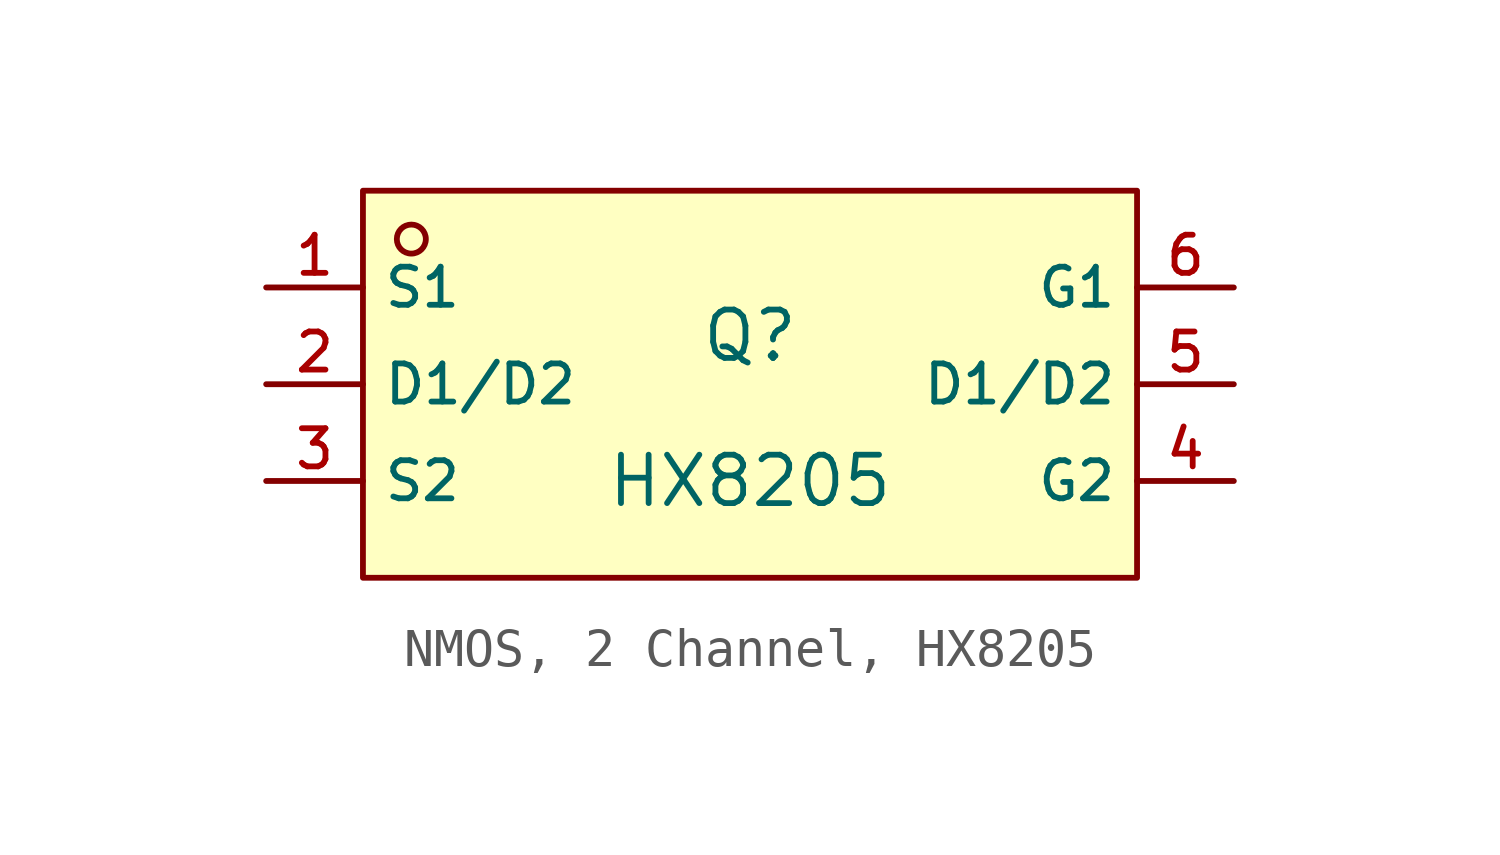
<source format=kicad_sym>
(kicad_symbol_lib
  (version 20231120)
  (generator "CDFER_Archive_Tool")
  (generator_version "0.0")
  (symbol "NMOS, 2 Channel, HX8205"
    (property "Reference" "Q"
      (at 0 1.27 0)
      (effects (font (size 1.27 1.27))))
    (property "Value" "HX8205"
      (at 0 -2.54 0)
      (effects (font (size 1.27 1.27))))
    (symbol "NMOS, 2 Channel, HX8205_0_1"
      (rectangle (start -10.16 5.08) (end 10.16 -5.08) (stroke (width 0) (type default)) (fill (type background)))
      (circle (center -8.89 3.81) (radius 0.381) (stroke (width 0) (type default)) (fill (type background)))
      (pin unspecified line (at -12.7 2.54 0) (length 2.54) (name "S1" (effects (font (size 1 1)))) (number "1" (effects (font (size 1 1)))))
      (pin unspecified line (at -12.7 0 0) (length 2.54) (name "D1/D2" (effects (font (size 1 1)))) (number "2" (effects (font (size 1 1)))))
      (pin unspecified line (at -12.7 -2.54 0) (length 2.54) (name "S2" (effects (font (size 1 1)))) (number "3" (effects (font (size 1 1)))))
      (pin unspecified line (at 12.7 -2.54 180) (length 2.54) (name "G2" (effects (font (size 1 1)))) (number "4" (effects (font (size 1 1)))))
      (pin unspecified line (at 12.7 0 180) (length 2.54) (name "D1/D2" (effects (font (size 1 1)))) (number "5" (effects (font (size 1 1)))))
      (pin unspecified line (at 12.7 2.54 180) (length 2.54) (name "G1" (effects (font (size 1 1)))) (number "6" (effects (font (size 1 1))))))))
</source>
